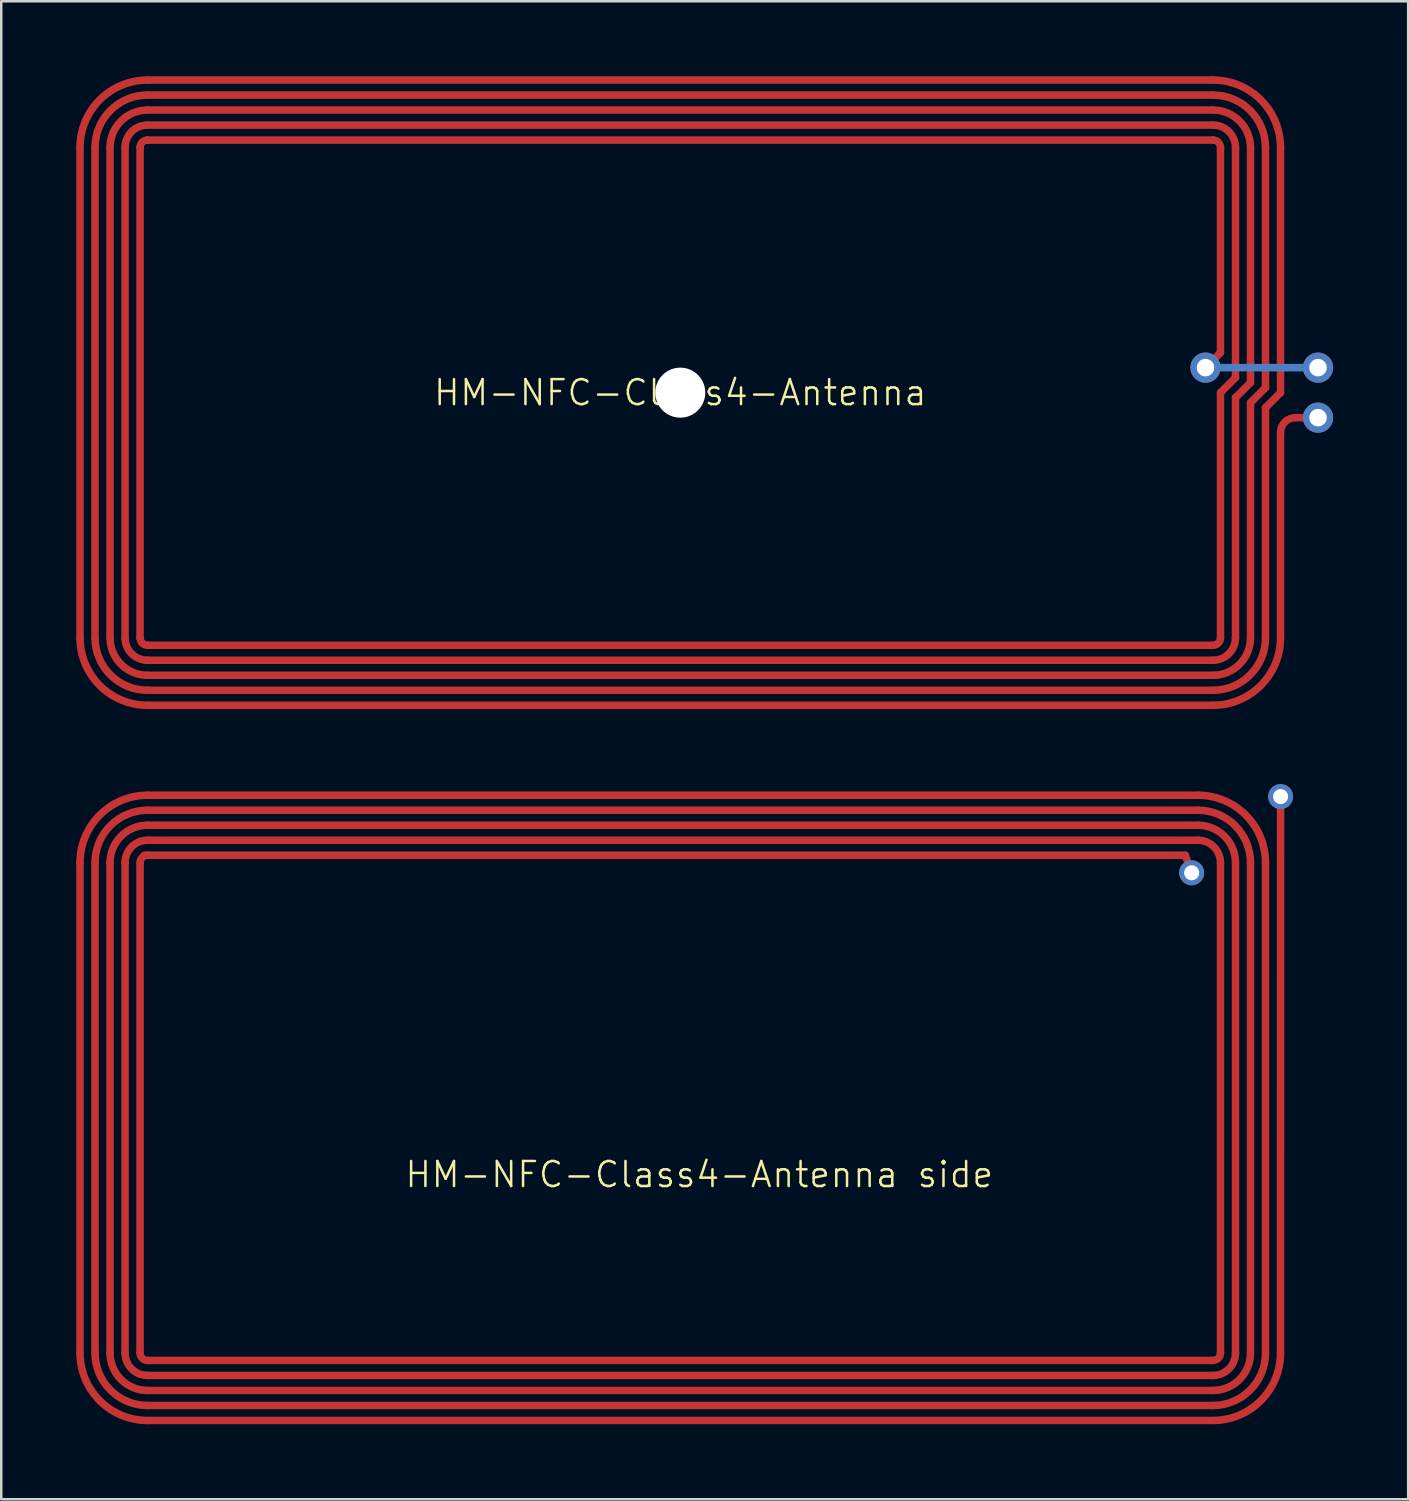
<source format=kicad_pcb>
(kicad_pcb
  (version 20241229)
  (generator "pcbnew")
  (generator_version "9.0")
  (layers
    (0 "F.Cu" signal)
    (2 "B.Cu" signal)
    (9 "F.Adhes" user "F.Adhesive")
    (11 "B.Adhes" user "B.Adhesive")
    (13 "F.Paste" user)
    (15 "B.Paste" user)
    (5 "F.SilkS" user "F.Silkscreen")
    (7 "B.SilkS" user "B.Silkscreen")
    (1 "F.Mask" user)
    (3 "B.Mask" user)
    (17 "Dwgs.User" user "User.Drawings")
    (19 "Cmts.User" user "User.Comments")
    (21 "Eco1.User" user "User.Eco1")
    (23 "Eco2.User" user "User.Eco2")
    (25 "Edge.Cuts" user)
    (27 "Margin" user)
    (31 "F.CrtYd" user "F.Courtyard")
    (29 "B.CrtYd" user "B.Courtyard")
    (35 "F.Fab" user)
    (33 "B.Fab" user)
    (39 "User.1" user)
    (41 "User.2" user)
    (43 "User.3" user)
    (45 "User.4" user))
  (footprint "HM-NFC-Class4-Antenna side"
    (layer "F.Cu")
    (at 24.15 41.246)
    (property "Reference" "HM-NFC-Class4-Antenna side" (at 0.762 2.667 0) (layer "F.SilkS") (effects (font (size 1 1) (thickness 0.1))))
    (attr through_hole)
    (fp_line (start -24 -9.8) (end -24 9.8) (stroke (width 0.3) (type solid)) (layer "F.Cu"))
    (fp_line (start -23.4 -9.8) (end -23.4 9.8) (stroke (width 0.3) (type solid)) (layer "F.Cu"))
    (fp_line (start -22.8 -9.8) (end -22.8 9.8) (stroke (width 0.3) (type solid)) (layer "F.Cu"))
    (fp_line (start -22.2 -9.8) (end -22.2 9.8) (stroke (width 0.3) (type solid)) (layer "F.Cu"))
    (fp_line (start -21.6 -9.8) (end -21.6 9.8) (stroke (width 0.3) (type solid)) (layer "F.Cu"))
    (fp_line (start -21.427 -10.1) (end 20.193 -10.1) (stroke (width 0.3) (type solid)) (layer "F.Cu"))
    (fp_line (start -21.3 -12.5) (end 20.7 -12.5) (stroke (width 0.3) (type solid)) (layer "F.Cu"))
    (fp_line (start -21.3 -11.9) (end 20.7 -11.9) (stroke (width 0.3) (type solid)) (layer "F.Cu"))
    (fp_line (start -21.3 -11.3) (end 20.7 -11.3) (stroke (width 0.3) (type solid)) (layer "F.Cu"))
    (fp_line (start -21.3 -10.7) (end 20.7 -10.7) (stroke (width 0.3) (type solid)) (layer "F.Cu"))
    (fp_line (start -21.3 10.1) (end 21.3 10.1) (stroke (width 0.3) (type solid)) (layer "F.Cu"))
    (fp_line (start -21.3 10.7) (end 21.3 10.7) (stroke (width 0.3) (type solid)) (layer "F.Cu"))
    (fp_line (start -21.3 11.3) (end 21.3 11.3) (stroke (width 0.3) (type solid)) (layer "F.Cu"))
    (fp_line (start -21.3 11.9) (end 21.3 11.9) (stroke (width 0.3) (type solid)) (layer "F.Cu"))
    (fp_line (start -21.3 12.5) (end 21.3 12.5) (stroke (width 0.3) (type solid)) (layer "F.Cu"))
    (fp_line (start 20.193 -10.1) (end 20.447 -9.398) (stroke (width 0.3) (type default)) (layer "F.Cu"))
    (fp_line (start 21.6 -9.8) (end 21.6 9.8) (stroke (width 0.3) (type solid)) (layer "F.Cu"))
    (fp_line (start 22.2 -9.779) (end 22.2 9.8) (stroke (width 0.3) (type solid)) (layer "F.Cu"))
    (fp_line (start 22.8 -9.8) (end 22.8 9.8) (stroke (width 0.3) (type solid)) (layer "F.Cu"))
    (fp_line (start 23.4 -9.8) (end 23.4 9.8) (stroke (width 0.3) (type solid)) (layer "F.Cu"))
    (fp_line (start 24 9.8) (end 24.003 -12.446) (stroke (width 0.3) (type solid)) (layer "F.Cu"))
    (fp_arc (start -24 -9.8) (mid -23.209188 -11.709188) (end -21.3 -12.5) (stroke (width 0.3) (type solid)) (layer "F.Cu"))
    (fp_arc (start -23.4 -9.8) (mid -22.784924 -11.284924) (end -21.3 -11.9) (stroke (width 0.3) (type solid)) (layer "F.Cu"))
    (fp_arc (start -22.8 -9.8) (mid -22.36066 -10.86066) (end -21.3 -11.3) (stroke (width 0.3) (type solid)) (layer "F.Cu"))
    (fp_arc (start -22.2 -9.8) (mid -21.936396 -10.436396) (end -21.3 -10.7) (stroke (width 0.3) (type solid)) (layer "F.Cu"))
    (fp_arc (start -21.6 -9.8) (mid -21.512132 -10.012132) (end -21.3 -10.1) (stroke (width 0.3) (type solid)) (layer "F.Cu"))
    (fp_arc (start -21.3 10.1) (mid -21.512132 10.012132) (end -21.6 9.8) (stroke (width 0.3) (type solid)) (layer "F.Cu"))
    (fp_arc (start -21.3 10.7) (mid -21.936396 10.436396) (end -22.2 9.8) (stroke (width 0.3) (type solid)) (layer "F.Cu"))
    (fp_arc (start -21.3 11.3) (mid -22.36066 10.86066) (end -22.8 9.8) (stroke (width 0.3) (type solid)) (layer "F.Cu"))
    (fp_arc (start -21.3 11.9) (mid -22.784924 11.284924) (end -23.4 9.8) (stroke (width 0.3) (type solid)) (layer "F.Cu"))
    (fp_arc (start -21.3 12.5) (mid -23.209188 11.709188) (end -24 9.8) (stroke (width 0.3) (type solid)) (layer "F.Cu"))
    (fp_arc (start 20.699604 -12.5) (mid 22.608792 -11.709188) (end 23.399604 -9.8) (stroke (width 0.3) (type solid)) (layer "F.Cu"))
    (fp_arc (start 20.699604 -11.9) (mid 22.184528 -11.284924) (end 22.799604 -9.8) (stroke (width 0.3) (type solid)) (layer "F.Cu"))
    (fp_arc (start 20.699604 -11.3) (mid 21.760264 -10.86066) (end 22.199604 -9.8) (stroke (width 0.3) (type solid)) (layer "F.Cu"))
    (fp_arc (start 20.699604 -10.7) (mid 21.336 -10.436396) (end 21.599604 -9.8) (stroke (width 0.3) (type solid)) (layer "F.Cu"))
    (fp_arc (start 21.6 9.8) (mid 21.512132 10.012132) (end 21.3 10.1) (stroke (width 0.3) (type solid)) (layer "F.Cu"))
    (fp_arc (start 22.2 9.8) (mid 21.936396 10.436396) (end 21.3 10.7) (stroke (width 0.3) (type solid)) (layer "F.Cu"))
    (fp_arc (start 22.8 9.8) (mid 22.36066 10.86066) (end 21.3 11.3) (stroke (width 0.3) (type solid)) (layer "F.Cu"))
    (fp_arc (start 23.4 9.8) (mid 22.784924 11.284924) (end 21.3 11.9) (stroke (width 0.3) (type solid)) (layer "F.Cu"))
    (fp_arc (start 24 9.8) (mid 23.209188 11.709188) (end 21.3 12.5) (stroke (width 0.3) (type solid)) (layer "F.Cu"))
    (fp_line (start -2.54 0) (end 2.54 0) (stroke (width 0.61) (type solid)) (layer "User.1"))
    (fp_line (start 0 -2.54) (end 0 2.54) (stroke (width 0.61) (type solid)) (layer "User.1"))
    (fp_circle (center 0 0) (end 5.08 0) (stroke (width 0.61) (type solid)) (fill no) (layer "User.1"))
    (fp_text user "5 turns" (at 6.68 7.24 0) (layer "User.1") (effects (font (size 1.689 1.689) (thickness 0.142)) (justify left bottom)))
    (fp_text user "48 x 25 mm" (at 6.68 -3.12 0) (layer "User.1") (effects (font (size 1.689 1.689) (thickness 0.142)) (justify left bottom)))
    (fp_text user "Class 4 - 50 pF #01" (at -9.82 -6.7 0) (layer "User.1") (effects (font (size 1.689 1.689) (thickness 0.142)) (justify left bottom)))
    (fp_text user "g = 0.3 mm" (at -19.32 7.16 0) (layer "User.1") (effects (font (size 1.689 1.689) (thickness 0.142)) (justify left bottom)))
    (fp_text user "w = 0.3mm" (at -19.32 -2.92 0) (layer "User.1") (effects (font (size 1.689 1.689) (thickness 0.142)) (justify left bottom)))
    (pad "1" thru_hole circle (at 20.447 -9.398) (size 1 1) (drill 0.6) (layers "*.Cu" "*.Mask"))
    (pad "2" thru_hole circle (at 24.003 -12.446) (size 1 1) (drill 0.6) (layers "*.Cu" "*.Mask")))
  (footprint "HM-NFC-Class4-Antenna"
    (layer "F.Cu")
    (at 24.15 12.65)
    (property "Reference" "HM-NFC-Class4-Antenna" (at 0 0 0) (layer "F.SilkS") (effects (font (size 1 1) (thickness 0.1))))
    (attr through_hole)
    (fp_line (start -24 -9.8) (end -24 9.8) (stroke (width 0.3) (type solid)) (layer "F.Cu"))
    (fp_line (start -23.4 -9.8) (end -23.4 9.8) (stroke (width 0.3) (type solid)) (layer "F.Cu"))
    (fp_line (start -22.8 -9.8) (end -22.8 9.8) (stroke (width 0.3) (type solid)) (layer "F.Cu"))
    (fp_line (start -22.2 -9.8) (end -22.2 9.8) (stroke (width 0.3) (type solid)) (layer "F.Cu"))
    (fp_line (start -21.6 -9.8) (end -21.6 9.8) (stroke (width 0.3) (type solid)) (layer "F.Cu"))
    (fp_line (start -21.3 -12.5) (end 21.3 -12.5) (stroke (width 0.3) (type solid)) (layer "F.Cu"))
    (fp_line (start -21.3 -11.9) (end 21.3 -11.9) (stroke (width 0.3) (type solid)) (layer "F.Cu"))
    (fp_line (start -21.3 -11.3) (end 21.3 -11.3) (stroke (width 0.3) (type solid)) (layer "F.Cu"))
    (fp_line (start -21.3 -10.7) (end 21.3 -10.7) (stroke (width 0.3) (type solid)) (layer "F.Cu"))
    (fp_line (start -21.3 -10.1) (end 21.3 -10.1) (stroke (width 0.3) (type solid)) (layer "F.Cu"))
    (fp_line (start -21.3 10.1) (end 21.3 10.1) (stroke (width 0.3) (type solid)) (layer "F.Cu"))
    (fp_line (start -21.3 10.7) (end 21.3 10.7) (stroke (width 0.3) (type solid)) (layer "F.Cu"))
    (fp_line (start -21.3 11.3) (end 21.3 11.3) (stroke (width 0.3) (type solid)) (layer "F.Cu"))
    (fp_line (start -21.3 11.9) (end 21.3 11.9) (stroke (width 0.3) (type solid)) (layer "F.Cu"))
    (fp_line (start -21.3 12.5) (end 21.3 12.5) (stroke (width 0.3) (type solid)) (layer "F.Cu"))
    (fp_line (start 21.6 -9.8) (end 21.6 -1.6) (stroke (width 0.3) (type solid)) (layer "F.Cu"))
    (fp_line (start 21.6 -1.6) (end 21 -1) (stroke (width 0.3) (type solid)) (layer "F.Cu"))
    (fp_line (start 21.6 0) (end 21.6 9.8) (stroke (width 0.3) (type solid)) (layer "F.Cu"))
    (fp_line (start 22.2 -9.8) (end 22.2 -0.6) (stroke (width 0.3) (type solid)) (layer "F.Cu"))
    (fp_line (start 22.2 -0.6) (end 21.6 0) (stroke (width 0.3) (type solid)) (layer "F.Cu"))
    (fp_line (start 22.2 0.2) (end 22.2 9.8) (stroke (width 0.3) (type solid)) (layer "F.Cu"))
    (fp_line (start 22.8 -9.8) (end 22.8 -0.4) (stroke (width 0.3) (type solid)) (layer "F.Cu"))
    (fp_line (start 22.8 -0.4) (end 22.2 0.2) (stroke (width 0.3) (type solid)) (layer "F.Cu"))
    (fp_line (start 22.8 0.4) (end 22.8 9.8) (stroke (width 0.3) (type solid)) (layer "F.Cu"))
    (fp_line (start 23.4 -9.8) (end 23.4 -0.2) (stroke (width 0.3) (type solid)) (layer "F.Cu"))
    (fp_line (start 23.4 -0.2) (end 22.8 0.4) (stroke (width 0.3) (type solid)) (layer "F.Cu"))
    (fp_line (start 23.4 0.6) (end 23.4 9.8) (stroke (width 0.3) (type solid)) (layer "F.Cu"))
    (fp_line (start 24 -9.8) (end 24 0) (stroke (width 0.3) (type solid)) (layer "F.Cu"))
    (fp_line (start 24 0) (end 23.4 0.6) (stroke (width 0.3) (type solid)) (layer "F.Cu"))
    (fp_line (start 24 9.8) (end 24 1.6) (stroke (width 0.3) (type solid)) (layer "F.Cu"))
    (fp_line (start 24.6 1) (end 25.5 1) (stroke (width 0.3) (type solid)) (layer "F.Cu"))
    (fp_arc (start -24 -9.8) (mid -23.209188 -11.709188) (end -21.3 -12.5) (stroke (width 0.3) (type solid)) (layer "F.Cu"))
    (fp_arc (start -23.4 -9.8) (mid -22.784924 -11.284924) (end -21.3 -11.9) (stroke (width 0.3) (type solid)) (layer "F.Cu"))
    (fp_arc (start -22.8 -9.8) (mid -22.36066 -10.86066) (end -21.3 -11.3) (stroke (width 0.3) (type solid)) (layer "F.Cu"))
    (fp_arc (start -22.2 -9.8) (mid -21.936396 -10.436396) (end -21.3 -10.7) (stroke (width 0.3) (type solid)) (layer "F.Cu"))
    (fp_arc (start -21.6 -9.8) (mid -21.512132 -10.012132) (end -21.3 -10.1) (stroke (width 0.3) (type solid)) (layer "F.Cu"))
    (fp_arc (start -21.3 10.1) (mid -21.512132 10.012132) (end -21.6 9.8) (stroke (width 0.3) (type solid)) (layer "F.Cu"))
    (fp_arc (start -21.3 10.7) (mid -21.936396 10.436396) (end -22.2 9.8) (stroke (width 0.3) (type solid)) (layer "F.Cu"))
    (fp_arc (start -21.3 11.3) (mid -22.36066 10.86066) (end -22.8 9.8) (stroke (width 0.3) (type solid)) (layer "F.Cu"))
    (fp_arc (start -21.3 11.9) (mid -22.784924 11.284924) (end -23.4 9.8) (stroke (width 0.3) (type solid)) (layer "F.Cu"))
    (fp_arc (start -21.3 12.5) (mid -23.209188 11.709188) (end -24 9.8) (stroke (width 0.3) (type solid)) (layer "F.Cu"))
    (fp_arc (start 21.3 -12.5) (mid 23.209188 -11.709188) (end 24 -9.8) (stroke (width 0.3) (type solid)) (layer "F.Cu"))
    (fp_arc (start 21.3 -11.9) (mid 22.784924 -11.284924) (end 23.4 -9.8) (stroke (width 0.3) (type solid)) (layer "F.Cu"))
    (fp_arc (start 21.3 -11.3) (mid 22.36066 -10.86066) (end 22.8 -9.8) (stroke (width 0.3) (type solid)) (layer "F.Cu"))
    (fp_arc (start 21.3 -10.7) (mid 21.936396 -10.436396) (end 22.2 -9.8) (stroke (width 0.3) (type solid)) (layer "F.Cu"))
    (fp_arc (start 21.3 -10.1) (mid 21.512132 -10.012132) (end 21.6 -9.8) (stroke (width 0.3) (type solid)) (layer "F.Cu"))
    (fp_arc (start 21.6 9.8) (mid 21.512132 10.012132) (end 21.3 10.1) (stroke (width 0.3) (type solid)) (layer "F.Cu"))
    (fp_arc (start 22.2 9.8) (mid 21.936396 10.436396) (end 21.3 10.7) (stroke (width 0.3) (type solid)) (layer "F.Cu"))
    (fp_arc (start 22.8 9.8) (mid 22.36066 10.86066) (end 21.3 11.3) (stroke (width 0.3) (type solid)) (layer "F.Cu"))
    (fp_arc (start 23.4 9.8) (mid 22.784924 11.284924) (end 21.3 11.9) (stroke (width 0.3) (type solid)) (layer "F.Cu"))
    (fp_arc (start 24 1.6) (mid 24.175736 1.175736) (end 24.6 1) (stroke (width 0.3) (type solid)) (layer "F.Cu"))
    (fp_arc (start 24 9.8) (mid 23.209188 11.709188) (end 21.3 12.5) (stroke (width 0.3) (type solid)) (layer "F.Cu"))
    (fp_line (start -2.54 0) (end 2.54 0) (stroke (width 0.61) (type solid)) (layer "F.Mask"))
    (fp_line (start 0 -2.54) (end 0 2.54) (stroke (width 0.61) (type solid)) (layer "F.Mask"))
    (fp_circle (center 0 0) (end 5.08 0) (stroke (width 0.61) (type solid)) (fill no) (layer "F.Mask"))
    (fp_line (start 21 -1) (end 25.5 -1) (stroke (width 0.3) (type solid)) (layer "B.Cu"))
    (fp_text user "48 x 25 mm" (at 6.68 -3.12 0) (layer "F.Mask") (effects (font (size 1.689 1.689) (thickness 0.142)) (justify left bottom)))
    (fp_text user "w = 0.3mm" (at -19.32 -2.92 0) (layer "F.Mask") (effects (font (size 1.689 1.689) (thickness 0.142)) (justify left bottom)))
    (fp_text user "Class 4 - 50 pF #01" (at -9.82 -6.7 0) (layer "F.Mask") (effects (font (size 1.689 1.689) (thickness 0.142)) (justify left bottom)))
    (fp_text user "5 turns" (at 6.68 7.24 0) (layer "F.Mask") (effects (font (size 1.689 1.689) (thickness 0.142)) (justify left bottom)))
    (fp_text user "g = 0.3 mm" (at -19.32 7.16 0) (layer "F.Mask") (effects (font (size 1.689 1.689) (thickness 0.142)) (justify left bottom)))
    (pad "" np_thru_hole circle (at 0 0) (size 2 2) (drill 2) (layers "*.Cu" "*.Mask"))
    (pad "" thru_hole circle (at 21 -1) (size 1.208 1.208) (drill 0.7) (layers "*.Cu" "*.Mask"))
    (pad "1" thru_hole circle (at 25.5 -1) (size 1.208 1.208) (drill 0.7) (layers "*.Cu" "*.Mask"))
    (pad "2" thru_hole circle (at 25.5 1) (size 1.208 1.208) (drill 0.7) (layers "*.Cu" "*.Mask")))
  (gr_rect
    (start -3 -3)
    (end 53.254 56.896)
    (stroke (width 0.1) (type default))
    (fill no)
    (layer "Edge.Cuts")))
</source>
